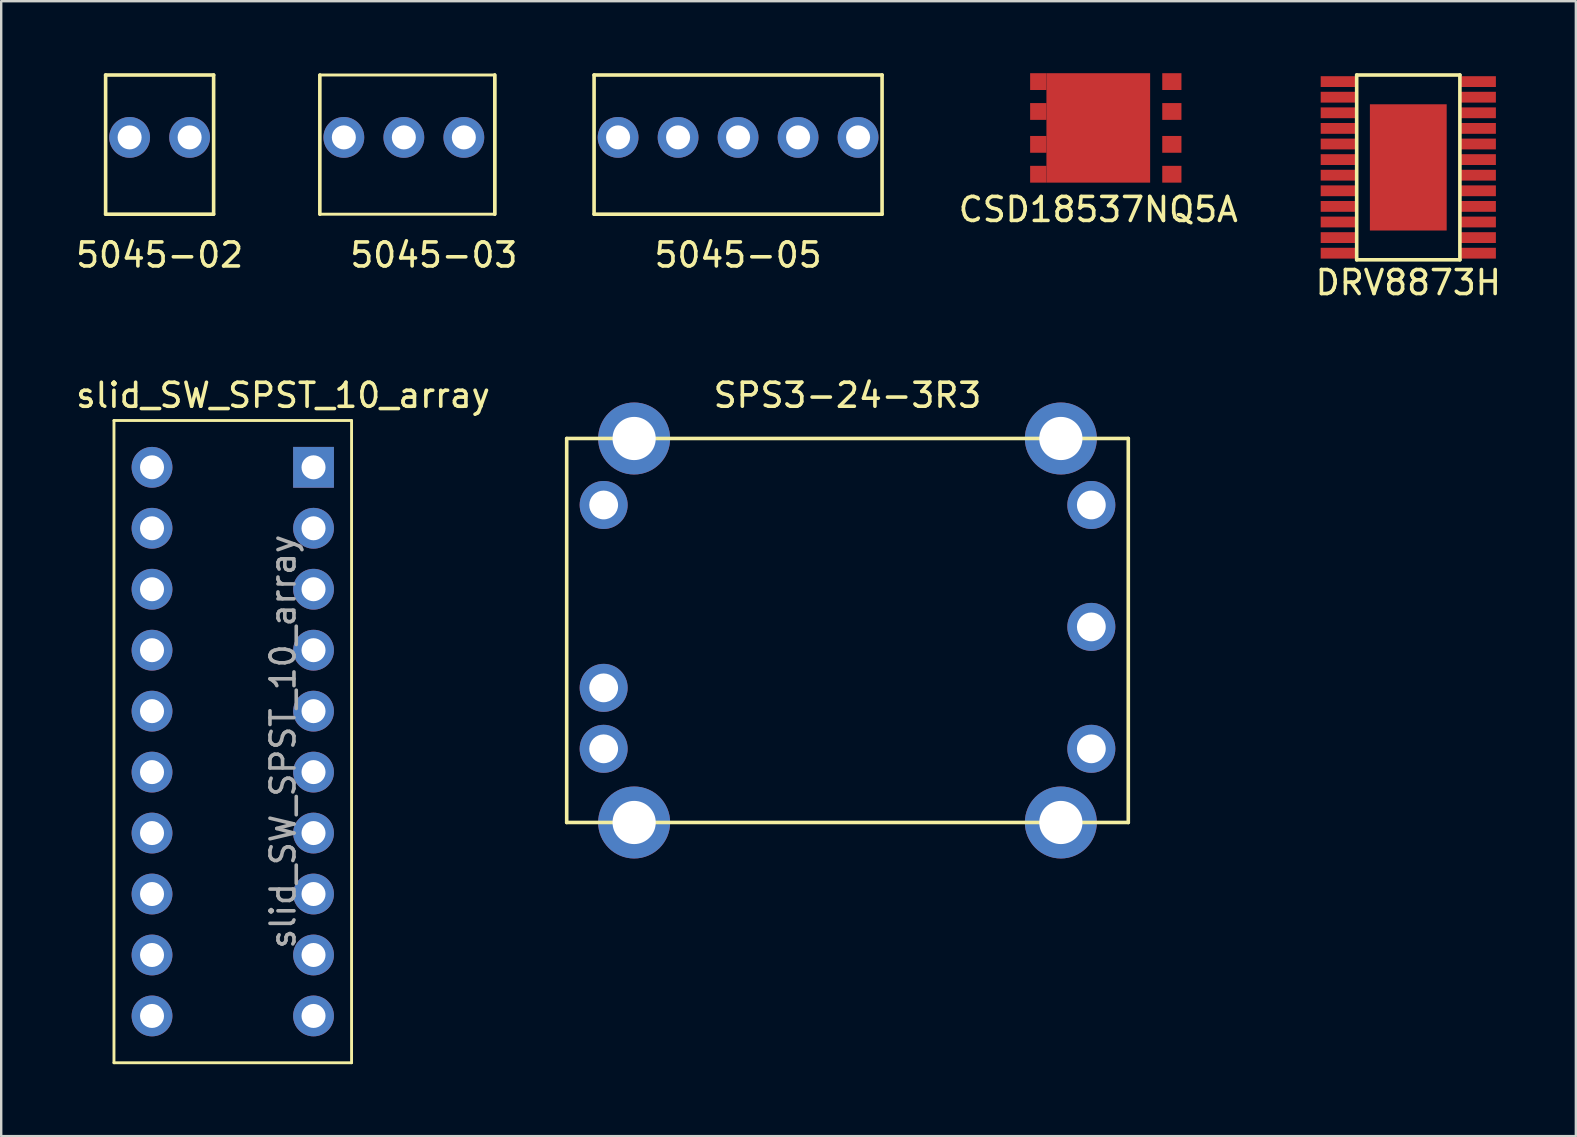
<source format=kicad_pcb>
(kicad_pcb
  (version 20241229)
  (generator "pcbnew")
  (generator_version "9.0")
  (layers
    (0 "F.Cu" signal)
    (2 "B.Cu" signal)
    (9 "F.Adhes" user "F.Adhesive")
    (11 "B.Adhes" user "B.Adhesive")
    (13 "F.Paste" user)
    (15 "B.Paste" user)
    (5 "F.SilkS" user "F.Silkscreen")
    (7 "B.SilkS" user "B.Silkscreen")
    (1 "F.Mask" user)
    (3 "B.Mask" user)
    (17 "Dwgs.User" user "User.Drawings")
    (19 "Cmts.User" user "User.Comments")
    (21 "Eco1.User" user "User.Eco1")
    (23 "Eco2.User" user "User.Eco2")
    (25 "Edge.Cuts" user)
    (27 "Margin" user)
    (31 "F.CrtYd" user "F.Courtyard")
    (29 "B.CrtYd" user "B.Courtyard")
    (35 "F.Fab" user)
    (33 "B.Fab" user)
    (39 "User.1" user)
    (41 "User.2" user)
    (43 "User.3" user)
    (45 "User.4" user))
  (footprint "DRV8873H"
    (layer "F.Cu")
    (at 55.63 3.925)
    (property "Reference" "DRV8873H" (at 0 4.8 0) (layer "F.SilkS") (effects (font (size 1 1) (thickness 0.15))))
    (attr through_hole)
    (fp_line (start -2.15 -3.85) (end 2.15 -3.85) (stroke (width 0.15) (type solid)) (layer "F.SilkS"))
    (fp_line (start -2.15 3.85) (end -2.15 -3.85) (stroke (width 0.15) (type solid)) (layer "F.SilkS"))
    (fp_line (start 2.15 -3.85) (end 2.15 3.85) (stroke (width 0.15) (type solid)) (layer "F.SilkS"))
    (fp_line (start 2.15 3.85) (end -2.15 3.85) (stroke (width 0.15) (type solid)) (layer "F.SilkS"))
    (pad "1" smd rect (at -2.9 -3.575) (size 1.5 0.45) (layers "F.Cu" "F.Mask" "F.Paste"))
    (pad "2" smd rect (at -2.9 -2.275) (size 1.5 0.45) (layers "F.Cu" "F.Mask" "F.Paste"))
    (pad "3" smd rect (at -2.9 -2.925) (size 1.5 0.45) (layers "F.Cu" "F.Mask" "F.Paste"))
    (pad "4" smd rect (at -2.9 -1.625) (size 1.5 0.45) (layers "F.Cu" "F.Mask" "F.Paste"))
    (pad "5" smd rect (at -2.9 -0.975) (size 1.5 0.45) (layers "F.Cu" "F.Mask" "F.Paste"))
    (pad "6" smd rect (at -2.9 -0.325) (size 1.5 0.45) (layers "F.Cu" "F.Mask" "F.Paste"))
    (pad "7" smd rect (at -2.9 0.325) (size 1.5 0.45) (layers "F.Cu" "F.Mask" "F.Paste"))
    (pad "8" smd rect (at -2.9 0.975) (size 1.5 0.45) (layers "F.Cu" "F.Mask" "F.Paste"))
    (pad "9" smd rect (at -2.9 1.625) (size 1.5 0.45) (layers "F.Cu" "F.Mask" "F.Paste"))
    (pad "10" smd rect (at -2.9 2.275) (size 1.5 0.45) (layers "F.Cu" "F.Mask" "F.Paste"))
    (pad "11" smd rect (at -2.9 2.925) (size 1.5 0.45) (layers "F.Cu" "F.Mask" "F.Paste"))
    (pad "12" smd rect (at -2.9 3.575) (size 1.5 0.45) (layers "F.Cu" "F.Mask" "F.Paste"))
    (pad "13" smd rect (at 2.9 3.575) (size 1.5 0.45) (layers "F.Cu" "F.Mask" "F.Paste"))
    (pad "14" smd rect (at 2.9 2.925) (size 1.5 0.45) (layers "F.Cu" "F.Mask" "F.Paste"))
    (pad "15" smd rect (at 2.9 2.275) (size 1.5 0.45) (layers "F.Cu" "F.Mask" "F.Paste"))
    (pad "16" smd rect (at 2.9 1.625) (size 1.5 0.45) (layers "F.Cu" "F.Mask" "F.Paste"))
    (pad "17" smd rect (at 2.9 0.975) (size 1.5 0.45) (layers "F.Cu" "F.Mask" "F.Paste"))
    (pad "18" smd rect (at 2.9 0.325) (size 1.5 0.45) (layers "F.Cu" "F.Mask" "F.Paste"))
    (pad "19" smd rect (at 2.9 -0.325) (size 1.5 0.45) (layers "F.Cu" "F.Mask" "F.Paste"))
    (pad "20" smd rect (at 2.9 -0.975) (size 1.5 0.45) (layers "F.Cu" "F.Mask" "F.Paste"))
    (pad "21" smd rect (at 2.9 -1.625) (size 1.5 0.45) (layers "F.Cu" "F.Mask" "F.Paste"))
    (pad "22" smd rect (at 2.9 -2.275) (size 1.5 0.45) (layers "F.Cu" "F.Mask" "F.Paste"))
    (pad "23" smd rect (at 2.9 -2.925) (size 1.5 0.45) (layers "F.Cu" "F.Mask" "F.Paste"))
    (pad "24" smd rect (at 2.9 -3.575) (size 1.5 0.45) (layers "F.Cu" "F.Mask" "F.Paste"))
    (pad "25" smd rect (at 0 0) (size 3.2 5.26) (layers "F.Cu" "F.Mask" "F.Paste")))
  (footprint "5045-05"
    (layer "F.Cu")
    (at 27.704 2.675)
    (property "Reference" "5045-05" (at 0 4.9 0) (layer "F.SilkS") (effects (font (size 1 1) (thickness 0.15))))
    (attr through_hole)
    (fp_line (start -6 -2.6) (end -6 3.2) (stroke (width 0.15) (type solid)) (layer "F.SilkS"))
    (fp_line (start -6 -2.6) (end 6 -2.6) (stroke (width 0.15) (type solid)) (layer "F.SilkS"))
    (fp_line (start -6 3.2) (end 6 3.2) (stroke (width 0.15) (type solid)) (layer "F.SilkS"))
    (fp_line (start 6 -2.6) (end 6 3.2) (stroke (width 0.15) (type solid)) (layer "F.SilkS"))
    (pad "1" thru_hole circle (at -5 0) (size 1.7 1.7) (drill 1) (layers "*.Cu" "*.Mask"))
    (pad "2" thru_hole circle (at -2.5 0) (size 1.7 1.7) (drill 1) (layers "*.Cu" "*.Mask"))
    (pad "3" thru_hole circle (at 0 0) (size 1.7 1.7) (drill 1) (layers "*.Cu" "*.Mask"))
    (pad "4" thru_hole circle (at 2.5 0) (size 1.7 1.7) (drill 1) (layers "*.Cu" "*.Mask"))
    (pad "5" thru_hole circle (at 5 0) (size 1.7 1.7) (drill 1) (layers "*.Cu" "*.Mask")))
  (footprint "5045-03"
    (layer "F.Cu")
    (at 15.027 2.675)
    (property "Reference" "5045-03" (at 0 4.9 0) (layer "F.SilkS") (effects (font (size 1 1) (thickness 0.15))))
    (attr through_hole)
    (fp_line (start -4.75 -2.6) (end -4.75 3.2) (stroke (width 0.15) (type solid)) (layer "F.SilkS"))
    (fp_line (start -4.75 -2.6) (end 2.54 -2.6) (stroke (width 0.12) (type solid)) (layer "F.SilkS"))
    (fp_line (start 2.54 -2.6) (end 2.54 3.2) (stroke (width 0.12) (type solid)) (layer "F.SilkS"))
    (fp_line (start 2.54 -2.6) (end 2.54 3.2) (stroke (width 0.15) (type solid)) (layer "F.SilkS"))
    (fp_line (start 2.54 3.2) (end -4.75 3.2) (stroke (width 0.12) (type solid)) (layer "F.SilkS"))
    (pad "1" thru_hole circle (at -3.75 0) (size 1.7 1.7) (drill 1) (layers "*.Cu" "*.Mask"))
    (pad "2" thru_hole circle (at -1.25 0) (size 1.7 1.7) (drill 1) (layers "*.Cu" "*.Mask"))
    (pad "3" thru_hole circle (at 1.25 0) (size 1.7 1.7) (drill 1) (layers "*.Cu" "*.Mask")))
  (footprint "SPS3-24-3R3"
    (layer "F.Cu")
    (at 32.263 23.221)
    (property "Reference" "SPS3-24-3R3" (at 0 -9.8 0) (layer "F.SilkS") (effects (font (size 1 1) (thickness 0.15))))
    (attr through_hole)
    (fp_line (start -11.7 -8) (end 11.7 -8) (stroke (width 0.15) (type solid)) (layer "F.SilkS"))
    (fp_line (start -11.7 8) (end -11.7 -8) (stroke (width 0.15) (type solid)) (layer "F.SilkS"))
    (fp_line (start 11.7 -8) (end 11.7 8) (stroke (width 0.15) (type solid)) (layer "F.SilkS"))
    (fp_line (start 11.7 8) (end -11.7 8) (stroke (width 0.15) (type solid)) (layer "F.SilkS"))
    (pad "1" thru_hole circle (at -10.16 -5.23) (size 2 2) (drill 1.2) (layers "*.Cu" "*.Mask"))
    (pad "2" thru_hole circle (at -10.16 2.39) (size 2 2) (drill 1.2) (layers "*.Cu" "*.Mask"))
    (pad "3" thru_hole circle (at -10.16 4.93) (size 2 2) (drill 1.2) (layers "*.Cu" "*.Mask"))
    (pad "4" thru_hole circle (at 10.16 4.93) (size 2 2) (drill 1.2) (layers "*.Cu" "*.Mask"))
    (pad "5" thru_hole circle (at 10.16 -0.15) (size 2 2) (drill 1.2) (layers "*.Cu" "*.Mask"))
    (pad "6" thru_hole circle (at 10.16 -5.23) (size 2 2) (drill 1.2) (layers "*.Cu" "*.Mask"))
    (pad "7" thru_hole circle (at -8.89 -8) (size 3 3) (drill 1.8) (layers "*.Cu" "*.Mask"))
    (pad "7" thru_hole circle (at -8.89 8) (size 3 3) (drill 1.8) (layers "*.Cu" "*.Mask"))
    (pad "7" thru_hole circle (at 8.89 -8) (size 3 3) (drill 1.8) (layers "*.Cu" "*.Mask"))
    (pad "7" thru_hole circle (at 8.89 8) (size 3 3) (drill 1.8) (layers "*.Cu" "*.Mask")))
  (footprint "slid_SW_SPST_10_array"
    (layer "F.Cu")
    (at 10.014 16.422)
    (property "Reference" "slid_SW_SPST_10_array" (at -1.27 -3 0) (layer "F.SilkS") (effects (font (size 1 1) (thickness 0.15))))
    (attr through_hole)
    (fp_line (start -8.315 -1.95) (end -8.315 24.81) (stroke (width 0.12) (type solid)) (layer "F.SilkS"))
    (fp_line (start -8.315 -1.95) (end 1.585 -1.95) (stroke (width 0.12) (type solid)) (layer "F.SilkS"))
    (fp_line (start -8.315 24.81) (end 1.585 24.81) (stroke (width 0.12) (type solid)) (layer "F.SilkS"))
    (fp_line (start 1.585 -1.95) (end 1.585 24.81) (stroke (width 0.12) (type solid)) (layer "F.SilkS"))
    (fp_text user "${REFERENCE}" (at -1.27 11.43 90) (layer "F.Fab") (effects (font (size 1 1) (thickness 0.15))))
    (pad "1" thru_hole oval (at -6.73 0) (size 1.7 1.7) (drill 1) (layers "*.Cu" "*.Mask"))
    (pad "2" thru_hole oval (at -6.73 2.54) (size 1.7 1.7) (drill 1) (layers "*.Cu" "*.Mask"))
    (pad "3" thru_hole oval (at -6.73 5.08) (size 1.7 1.7) (drill 1) (layers "*.Cu" "*.Mask"))
    (pad "4" thru_hole oval (at -6.73 7.62) (size 1.7 1.7) (drill 1) (layers "*.Cu" "*.Mask"))
    (pad "5" thru_hole oval (at -6.73 10.16) (size 1.7 1.7) (drill 1) (layers "*.Cu" "*.Mask"))
    (pad "6" thru_hole oval (at -6.73 12.7) (size 1.7 1.7) (drill 1) (layers "*.Cu" "*.Mask"))
    (pad "7" thru_hole oval (at -6.73 15.24) (size 1.7 1.7) (drill 1) (layers "*.Cu" "*.Mask"))
    (pad "8" thru_hole oval (at -6.73 17.78) (size 1.7 1.7) (drill 1) (layers "*.Cu" "*.Mask"))
    (pad "9" thru_hole oval (at -6.73 20.32) (size 1.7 1.7) (drill 1) (layers "*.Cu" "*.Mask"))
    (pad "10" thru_hole oval (at -6.73 22.86) (size 1.7 1.7) (drill 1) (layers "*.Cu" "*.Mask"))
    (pad "11" thru_hole oval (at 0 22.86) (size 1.7 1.7) (drill 1) (layers "*.Cu" "*.Mask"))
    (pad "12" thru_hole oval (at 0 20.32) (size 1.7 1.7) (drill 1) (layers "*.Cu" "*.Mask"))
    (pad "13" thru_hole oval (at 0 17.78) (size 1.7 1.7) (drill 1) (layers "*.Cu" "*.Mask"))
    (pad "14" thru_hole oval (at 0 15.24) (size 1.7 1.7) (drill 1) (layers "*.Cu" "*.Mask"))
    (pad "15" thru_hole oval (at 0 12.7) (size 1.7 1.7) (drill 1) (layers "*.Cu" "*.Mask"))
    (pad "16" thru_hole oval (at 0 10.16) (size 1.7 1.7) (drill 1) (layers "*.Cu" "*.Mask"))
    (pad "17" thru_hole oval (at 0 7.62) (size 1.7 1.7) (drill 1) (layers "*.Cu" "*.Mask"))
    (pad "18" thru_hole oval (at 0 5.08) (size 1.7 1.7) (drill 1) (layers "*.Cu" "*.Mask"))
    (pad "19" thru_hole oval (at 0 2.54) (size 1.7 1.7) (drill 1) (layers "*.Cu" "*.Mask"))
    (pad "20" thru_hole rect (at 0 0) (size 1.7 1.7) (drill 1) (layers "*.Cu" "*.Mask")))
  (footprint "CSD18537NQ5A"
    (layer "F.Cu")
    (at 42.713 2.28)
    (property "Reference" "CSD18537NQ5A" (at 0 3.4 0) (layer "F.SilkS") (effects (font (size 1 1) (thickness 0.15))))
    (attr through_hole)
    (pad "1" smd rect (at -2.5 -1.93) (size 0.68 0.7) (layers "F.Cu" "F.Mask" "F.Paste"))
    (pad "1" smd rect (at -2.5 -0.685) (size 0.68 0.7) (layers "F.Cu" "F.Mask" "F.Paste"))
    (pad "1" smd rect (at -2.5 0.685) (size 0.68 0.7) (layers "F.Cu" "F.Mask" "F.Paste"))
    (pad "1" smd rect (at -2.5 1.93) (size 0.68 0.7) (layers "F.Cu" "F.Mask" "F.Paste"))
    (pad "1" smd rect (at 0 0) (size 4.32 4.56) (layers "F.Cu" "F.Mask" "F.Paste"))
    (pad "2" smd rect (at 3.065 -1.93) (size 0.8 0.7) (layers "F.Cu" "F.Mask" "F.Paste"))
    (pad "3" smd rect (at 3.065 -0.685) (size 0.8 0.7) (layers "F.Cu" "F.Mask" "F.Paste"))
    (pad "3" smd rect (at 3.065 0.685) (size 0.8 0.7) (layers "F.Cu" "F.Mask" "F.Paste"))
    (pad "3" smd rect (at 3.065 1.93) (size 0.8 0.7) (layers "F.Cu" "F.Mask" "F.Paste")))
  (footprint "5045-02"
    (layer "F.Cu")
    (at 3.601 2.675)
    (property "Reference" "5045-02" (at 0 4.9 0) (layer "F.SilkS") (effects (font (size 1 1) (thickness 0.15))))
    (attr through_hole)
    (fp_line (start -2.25 -2.6) (end -2.25 3.2) (stroke (width 0.15) (type solid)) (layer "F.SilkS"))
    (fp_line (start -2.25 -2.6) (end 2.25 -2.6) (stroke (width 0.15) (type solid)) (layer "F.SilkS"))
    (fp_line (start -2.25 3.2) (end 2.25 3.2) (stroke (width 0.15) (type solid)) (layer "F.SilkS"))
    (fp_line (start 2.25 -2.6) (end 2.25 3.2) (stroke (width 0.15) (type solid)) (layer "F.SilkS"))
    (pad "1" thru_hole circle (at -1.25 0) (size 1.7 1.7) (drill 1) (layers "*.Cu" "*.Mask"))
    (pad "2" thru_hole circle (at 1.25 0) (size 1.7 1.7) (drill 1) (layers "*.Cu" "*.Mask")))
  (gr_rect
    (start -3 -3)
    (end 62.612 44.291)
    (stroke (width 0.1) (type default))
    (fill no)
    (layer "Edge.Cuts")))
</source>
